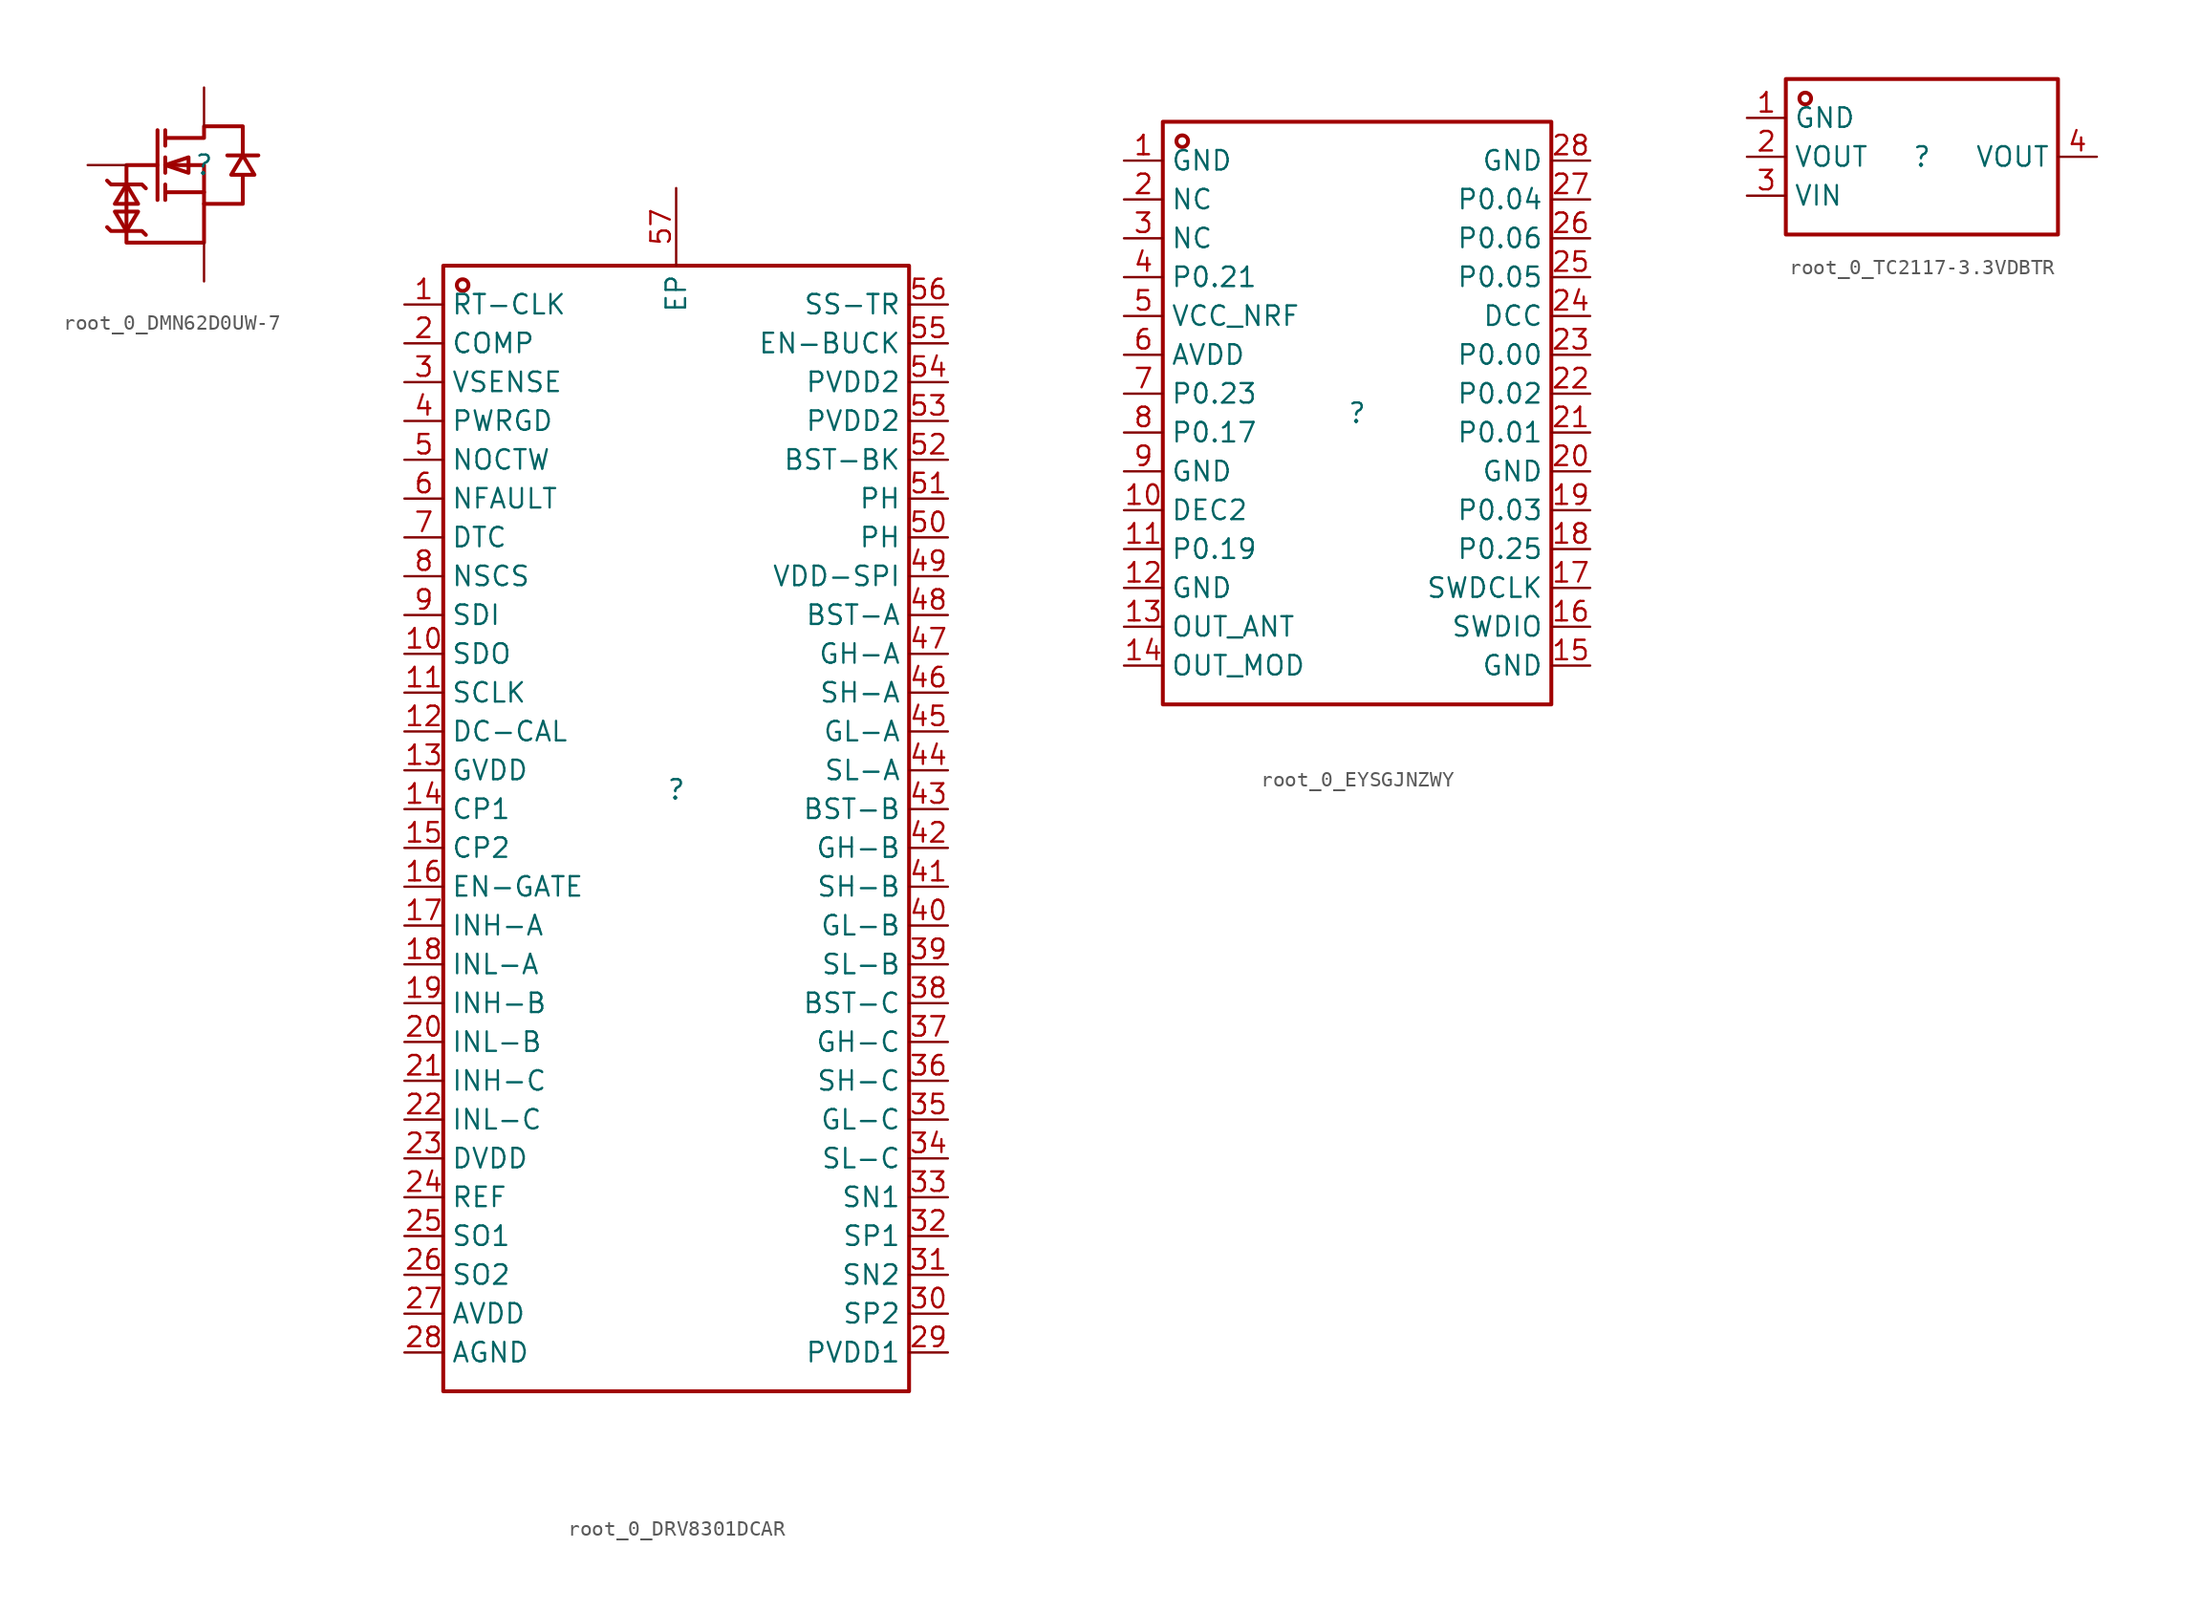
<source format=kicad_sym>
(kicad_symbol_lib
  (version 20231120)
  (generator "kicad_symbol_editor")
  (generator_version "8.0")
  (symbol "root_0_DMN62D0UW-7"
    (property "Reference" ""
      (at 0 0 0)
      (effects (font (size 1.27 1.27))))
    (property "Value" ""
      (at 0 0 0)
      (effects (font (size 1.27 1.27))))
    (symbol "root_0_DMN62D0UW-7_1_0"
      (polyline (pts (xy -3.048 2.286) (xy -3.048 -2.286)) (stroke (width 0.254) (type solid) (color 160 0 0 1)) (fill (type none)))
      (polyline (pts (xy -2.54 -2.286) (xy -2.54 -1.27)) (stroke (width 0.254) (type solid) (color 160 0 0 1)) (fill (type none)))
      (polyline (pts (xy -2.54 -0.508) (xy -2.54 0.508)) (stroke (width 0.254) (type solid) (color 160 0 0 1)) (fill (type none)))
      (polyline (pts (xy -2.54 2.286) (xy -2.54 1.27)) (stroke (width 0.254) (type solid) (color 160 0 0 1)) (fill (type none)))
      (polyline (pts (xy 0 -1.778) (xy -2.54 -1.778)) (stroke (width 0.254) (type solid) (color 160 0 0 1)) (fill (type none)))
      (polyline (pts (xy -5.08 -4.318) (xy -4.318 -3.048) (xy -4.318 -3.048) (xy -5.842 -3.048) (xy -5.842 -3.048) (xy -5.08 -4.318)) (stroke (width 0.254) (type solid) (color 160 0 0 1)) (fill (type none)))
      (polyline (pts (xy -5.08 -1.27) (xy -5.842 -2.54) (xy -5.842 -2.54) (xy -4.318 -2.54) (xy -4.318 -2.54) (xy -5.08 -1.27)) (stroke (width 0.254) (type solid) (color 160 0 0 1)) (fill (type none)))
      (polyline (pts (xy -2.54 0) (xy -1.016 -0.508) (xy -1.016 -0.508) (xy -1.016 0.508) (xy -1.016 0.508) (xy -2.54 0)) (stroke (width 0.254) (type solid) (color 160 0 0 1)) (fill (type none)))
      (polyline (pts (xy 2.54 0.635) (xy 1.778 -0.635) (xy 1.778 -0.635) (xy 3.302 -0.635) (xy 3.302 -0.635) (xy 2.54 0.635)) (stroke (width 0.254) (type solid) (color 160 0 0 1)) (fill (type none)))
      (polyline (pts (xy 3.556 0.635) (xy 3.048 0.635) (xy 3.048 0.635) (xy 2.032 0.635) (xy 2.032 0.635) (xy 1.524 0.635)) (stroke (width 0.254) (type solid) (color 160 0 0 1)) (fill (type none)))
      (polyline (pts (xy -3.048 0) (xy -5.08 0) (xy -5.08 0) (xy -5.08 -5.08) (xy -5.08 -5.08) (xy 0 -5.08) (xy 0 -5.08) (xy 0 -2.54)) (stroke (width 0.254) (type solid) (color 160 0 0 1)) (fill (type none)))
      (polyline (pts (xy -2.54 0) (xy 0 0) (xy 0 0) (xy 0 -2.54) (xy 0 -2.54) (xy 2.54 -2.54) (xy 2.54 -2.54) (xy 2.54 -0.762)) (stroke (width 0.254) (type solid) (color 160 0 0 1)) (fill (type none)))
      (polyline (pts (xy -2.54 1.778) (xy 0 1.778) (xy 0 1.778) (xy 0 2.54) (xy 0 2.54) (xy 2.54 2.54) (xy 2.54 2.54) (xy 2.54 0.762)) (stroke (width 0.254) (type solid) (color 160 0 0 1)) (fill (type none)))
      (polyline (pts (xy -6.35 -1.016) (xy -6.096 -1.27) (xy -6.096 -1.27) (xy -5.588 -1.27) (xy -5.588 -1.27) (xy -4.572 -1.27) (xy -4.572 -1.27) (xy -4.064 -1.27) (xy -4.064 -1.27) (xy -3.81 -1.524)) (stroke (width 0.254) (type solid) (color 160 0 0 1)) (fill (type none)))
      (polyline (pts (xy -3.81 -4.572) (xy -4.064 -4.318) (xy -4.064 -4.318) (xy -4.572 -4.318) (xy -4.572 -4.318) (xy -5.588 -4.318) (xy -5.588 -4.318) (xy -6.096 -4.318) (xy -6.096 -4.318) (xy -6.35 -4.064)) (stroke (width 0.254) (type solid) (color 160 0 0 1)) (fill (type none)))
      (pin passive line (at -7.62 0 0) (length 2.54) (name "G" (effects (font (size 0 0)))) (number "1" (effects (font (size 0 0)))))
      (pin passive line (at 0 -7.62 90) (length 2.54) (name "S" (effects (font (size 0 0)))) (number "2" (effects (font (size 0 0)))))
      (pin passive line (at 0 5.08 270) (length 2.54) (name "D" (effects (font (size 0 0)))) (number "3" (effects (font (size 0 0)))))))
  (symbol "root_0_DRV8301DCAR"
    (property "Reference" ""
      (at 0 0 0)
      (effects (font (size 1.27 1.27))))
    (property "Value" ""
      (at 0 0 0)
      (effects (font (size 1.27 1.27))))
    (symbol "root_0_DRV8301DCAR_1_0"
      (rectangle (start -15.24 34.29) (end 15.24 -39.37) (stroke (width 0.254) (type solid) (color 160 0 0 1)) (fill (type none)))
      (circle (center -13.97 33.02) (radius 0.381) (stroke (width 0.254) (type solid) (color 160 0 0 1)) (fill (type none)))
      (pin passive line (at -17.78 31.75 0) (length 2.54) (name "RT-CLK" (effects (font (size 1.27 1.27)))) (number "1" (effects (font (size 1.27 1.27)))))
      (pin passive line (at -17.78 8.89 0) (length 2.54) (name "SDO" (effects (font (size 1.27 1.27)))) (number "10" (effects (font (size 1.27 1.27)))))
      (pin passive line (at -17.78 6.35 0) (length 2.54) (name "SCLK" (effects (font (size 1.27 1.27)))) (number "11" (effects (font (size 1.27 1.27)))))
      (pin passive line (at -17.78 3.81 0) (length 2.54) (name "DC-CAL" (effects (font (size 1.27 1.27)))) (number "12" (effects (font (size 1.27 1.27)))))
      (pin passive line (at -17.78 1.27 0) (length 2.54) (name "GVDD" (effects (font (size 1.27 1.27)))) (number "13" (effects (font (size 1.27 1.27)))))
      (pin passive line (at -17.78 -1.27 0) (length 2.54) (name "CP1" (effects (font (size 1.27 1.27)))) (number "14" (effects (font (size 1.27 1.27)))))
      (pin passive line (at -17.78 -3.81 0) (length 2.54) (name "CP2" (effects (font (size 1.27 1.27)))) (number "15" (effects (font (size 1.27 1.27)))))
      (pin passive line (at -17.78 -6.35 0) (length 2.54) (name "EN-GATE" (effects (font (size 1.27 1.27)))) (number "16" (effects (font (size 1.27 1.27)))))
      (pin passive line (at -17.78 -8.89 0) (length 2.54) (name "INH-A" (effects (font (size 1.27 1.27)))) (number "17" (effects (font (size 1.27 1.27)))))
      (pin passive line (at -17.78 -11.43 0) (length 2.54) (name "INL-A" (effects (font (size 1.27 1.27)))) (number "18" (effects (font (size 1.27 1.27)))))
      (pin passive line (at -17.78 -13.97 0) (length 2.54) (name "INH-B" (effects (font (size 1.27 1.27)))) (number "19" (effects (font (size 1.27 1.27)))))
      (pin passive line (at -17.78 29.21 0) (length 2.54) (name "COMP" (effects (font (size 1.27 1.27)))) (number "2" (effects (font (size 1.27 1.27)))))
      (pin passive line (at -17.78 -16.51 0) (length 2.54) (name "INL-B" (effects (font (size 1.27 1.27)))) (number "20" (effects (font (size 1.27 1.27)))))
      (pin passive line (at -17.78 -19.05 0) (length 2.54) (name "INH-C" (effects (font (size 1.27 1.27)))) (number "21" (effects (font (size 1.27 1.27)))))
      (pin passive line (at -17.78 -21.59 0) (length 2.54) (name "INL-C" (effects (font (size 1.27 1.27)))) (number "22" (effects (font (size 1.27 1.27)))))
      (pin passive line (at -17.78 -24.13 0) (length 2.54) (name "DVDD" (effects (font (size 1.27 1.27)))) (number "23" (effects (font (size 1.27 1.27)))))
      (pin passive line (at -17.78 -26.67 0) (length 2.54) (name "REF" (effects (font (size 1.27 1.27)))) (number "24" (effects (font (size 1.27 1.27)))))
      (pin passive line (at -17.78 -29.21 0) (length 2.54) (name "SO1" (effects (font (size 1.27 1.27)))) (number "25" (effects (font (size 1.27 1.27)))))
      (pin passive line (at -17.78 -31.75 0) (length 2.54) (name "SO2" (effects (font (size 1.27 1.27)))) (number "26" (effects (font (size 1.27 1.27)))))
      (pin passive line (at -17.78 -34.29 0) (length 2.54) (name "AVDD" (effects (font (size 1.27 1.27)))) (number "27" (effects (font (size 1.27 1.27)))))
      (pin passive line (at -17.78 -36.83 0) (length 2.54) (name "AGND" (effects (font (size 1.27 1.27)))) (number "28" (effects (font (size 1.27 1.27)))))
      (pin passive line (at 17.78 -36.83 180) (length 2.54) (name "PVDD1" (effects (font (size 1.27 1.27)))) (number "29" (effects (font (size 1.27 1.27)))))
      (pin passive line (at -17.78 26.67 0) (length 2.54) (name "VSENSE" (effects (font (size 1.27 1.27)))) (number "3" (effects (font (size 1.27 1.27)))))
      (pin passive line (at 17.78 -34.29 180) (length 2.54) (name "SP2" (effects (font (size 1.27 1.27)))) (number "30" (effects (font (size 1.27 1.27)))))
      (pin passive line (at 17.78 -31.75 180) (length 2.54) (name "SN2" (effects (font (size 1.27 1.27)))) (number "31" (effects (font (size 1.27 1.27)))))
      (pin passive line (at 17.78 -29.21 180) (length 2.54) (name "SP1" (effects (font (size 1.27 1.27)))) (number "32" (effects (font (size 1.27 1.27)))))
      (pin passive line (at 17.78 -26.67 180) (length 2.54) (name "SN1" (effects (font (size 1.27 1.27)))) (number "33" (effects (font (size 1.27 1.27)))))
      (pin passive line (at 17.78 -24.13 180) (length 2.54) (name "SL-C" (effects (font (size 1.27 1.27)))) (number "34" (effects (font (size 1.27 1.27)))))
      (pin passive line (at 17.78 -21.59 180) (length 2.54) (name "GL-C" (effects (font (size 1.27 1.27)))) (number "35" (effects (font (size 1.27 1.27)))))
      (pin passive line (at 17.78 -19.05 180) (length 2.54) (name "SH-C" (effects (font (size 1.27 1.27)))) (number "36" (effects (font (size 1.27 1.27)))))
      (pin passive line (at 17.78 -16.51 180) (length 2.54) (name "GH-C" (effects (font (size 1.27 1.27)))) (number "37" (effects (font (size 1.27 1.27)))))
      (pin passive line (at 17.78 -13.97 180) (length 2.54) (name "BST-C" (effects (font (size 1.27 1.27)))) (number "38" (effects (font (size 1.27 1.27)))))
      (pin passive line (at 17.78 -11.43 180) (length 2.54) (name "SL-B" (effects (font (size 1.27 1.27)))) (number "39" (effects (font (size 1.27 1.27)))))
      (pin passive line (at -17.78 24.13 0) (length 2.54) (name "PWRGD" (effects (font (size 1.27 1.27)))) (number "4" (effects (font (size 1.27 1.27)))))
      (pin passive line (at 17.78 -8.89 180) (length 2.54) (name "GL-B" (effects (font (size 1.27 1.27)))) (number "40" (effects (font (size 1.27 1.27)))))
      (pin passive line (at 17.78 -6.35 180) (length 2.54) (name "SH-B" (effects (font (size 1.27 1.27)))) (number "41" (effects (font (size 1.27 1.27)))))
      (pin passive line (at 17.78 -3.81 180) (length 2.54) (name "GH-B" (effects (font (size 1.27 1.27)))) (number "42" (effects (font (size 1.27 1.27)))))
      (pin passive line (at 17.78 -1.27 180) (length 2.54) (name "BST-B" (effects (font (size 1.27 1.27)))) (number "43" (effects (font (size 1.27 1.27)))))
      (pin passive line (at 17.78 1.27 180) (length 2.54) (name "SL-A" (effects (font (size 1.27 1.27)))) (number "44" (effects (font (size 1.27 1.27)))))
      (pin passive line (at 17.78 3.81 180) (length 2.54) (name "GL-A" (effects (font (size 1.27 1.27)))) (number "45" (effects (font (size 1.27 1.27)))))
      (pin passive line (at 17.78 6.35 180) (length 2.54) (name "SH-A" (effects (font (size 1.27 1.27)))) (number "46" (effects (font (size 1.27 1.27)))))
      (pin passive line (at 17.78 8.89 180) (length 2.54) (name "GH-A" (effects (font (size 1.27 1.27)))) (number "47" (effects (font (size 1.27 1.27)))))
      (pin passive line (at 17.78 11.43 180) (length 2.54) (name "BST-A" (effects (font (size 1.27 1.27)))) (number "48" (effects (font (size 1.27 1.27)))))
      (pin passive line (at 17.78 13.97 180) (length 2.54) (name "VDD-SPI" (effects (font (size 1.27 1.27)))) (number "49" (effects (font (size 1.27 1.27)))))
      (pin passive line (at -17.78 21.59 0) (length 2.54) (name "NOCTW" (effects (font (size 1.27 1.27)))) (number "5" (effects (font (size 1.27 1.27)))))
      (pin passive line (at 17.78 16.51 180) (length 2.54) (name "PH" (effects (font (size 1.27 1.27)))) (number "50" (effects (font (size 1.27 1.27)))))
      (pin passive line (at 17.78 19.05 180) (length 2.54) (name "PH" (effects (font (size 1.27 1.27)))) (number "51" (effects (font (size 1.27 1.27)))))
      (pin passive line (at 17.78 21.59 180) (length 2.54) (name "BST-BK" (effects (font (size 1.27 1.27)))) (number "52" (effects (font (size 1.27 1.27)))))
      (pin passive line (at 17.78 24.13 180) (length 2.54) (name "PVDD2" (effects (font (size 1.27 1.27)))) (number "53" (effects (font (size 1.27 1.27)))))
      (pin passive line (at 17.78 26.67 180) (length 2.54) (name "PVDD2" (effects (font (size 1.27 1.27)))) (number "54" (effects (font (size 1.27 1.27)))))
      (pin passive line (at 17.78 29.21 180) (length 2.54) (name "EN-BUCK" (effects (font (size 1.27 1.27)))) (number "55" (effects (font (size 1.27 1.27)))))
      (pin passive line (at 17.78 31.75 180) (length 2.54) (name "SS-TR" (effects (font (size 1.27 1.27)))) (number "56" (effects (font (size 1.27 1.27)))))
      (pin passive line (at 0 39.37 270) (length 5.08) (name "EP" (effects (font (size 1.27 1.27)))) (number "57" (effects (font (size 1.27 1.27)))))
      (pin passive line (at -17.78 19.05 0) (length 2.54) (name "NFAULT" (effects (font (size 1.27 1.27)))) (number "6" (effects (font (size 1.27 1.27)))))
      (pin passive line (at -17.78 16.51 0) (length 2.54) (name "DTC" (effects (font (size 1.27 1.27)))) (number "7" (effects (font (size 1.27 1.27)))))
      (pin passive line (at -17.78 13.97 0) (length 2.54) (name "NSCS" (effects (font (size 1.27 1.27)))) (number "8" (effects (font (size 1.27 1.27)))))
      (pin passive line (at -17.78 11.43 0) (length 2.54) (name "SDI" (effects (font (size 1.27 1.27)))) (number "9" (effects (font (size 1.27 1.27)))))))
  (symbol "root_0_EYSGJNZWY"
    (property "Reference" ""
      (at 0 0 0)
      (effects (font (size 1.27 1.27))))
    (property "Value" ""
      (at 0 0 0)
      (effects (font (size 1.27 1.27))))
    (symbol "root_0_EYSGJNZWY_1_0"
      (rectangle (start -12.7 19.05) (end 12.7 -19.05) (stroke (width 0.254) (type solid) (color 160 0 0 1)) (fill (type none)))
      (circle (center -11.43 17.78) (radius 0.381) (stroke (width 0.254) (type solid) (color 160 0 0 1)) (fill (type none)))
      (pin passive line (at -15.24 16.51 0) (length 2.54) (name "GND" (effects (font (size 1.27 1.27)))) (number "1" (effects (font (size 1.27 1.27)))))
      (pin passive line (at -15.24 -6.35 0) (length 2.54) (name "DEC2" (effects (font (size 1.27 1.27)))) (number "10" (effects (font (size 1.27 1.27)))))
      (pin passive line (at -15.24 -8.89 0) (length 2.54) (name "P0.19" (effects (font (size 1.27 1.27)))) (number "11" (effects (font (size 1.27 1.27)))))
      (pin passive line (at -15.24 -11.43 0) (length 2.54) (name "GND" (effects (font (size 1.27 1.27)))) (number "12" (effects (font (size 1.27 1.27)))))
      (pin passive line (at -15.24 -13.97 0) (length 2.54) (name "OUT_ANT" (effects (font (size 1.27 1.27)))) (number "13" (effects (font (size 1.27 1.27)))))
      (pin passive line (at -15.24 -16.51 0) (length 2.54) (name "OUT_MOD" (effects (font (size 1.27 1.27)))) (number "14" (effects (font (size 1.27 1.27)))))
      (pin passive line (at 15.24 -16.51 180) (length 2.54) (name "GND" (effects (font (size 1.27 1.27)))) (number "15" (effects (font (size 1.27 1.27)))))
      (pin passive line (at 15.24 -13.97 180) (length 2.54) (name "SWDIO" (effects (font (size 1.27 1.27)))) (number "16" (effects (font (size 1.27 1.27)))))
      (pin passive line (at 15.24 -11.43 180) (length 2.54) (name "SWDCLK" (effects (font (size 1.27 1.27)))) (number "17" (effects (font (size 1.27 1.27)))))
      (pin passive line (at 15.24 -8.89 180) (length 2.54) (name "P0.25" (effects (font (size 1.27 1.27)))) (number "18" (effects (font (size 1.27 1.27)))))
      (pin passive line (at 15.24 -6.35 180) (length 2.54) (name "P0.03" (effects (font (size 1.27 1.27)))) (number "19" (effects (font (size 1.27 1.27)))))
      (pin passive line (at -15.24 13.97 0) (length 2.54) (name "NC" (effects (font (size 1.27 1.27)))) (number "2" (effects (font (size 1.27 1.27)))))
      (pin passive line (at 15.24 -3.81 180) (length 2.54) (name "GND" (effects (font (size 1.27 1.27)))) (number "20" (effects (font (size 1.27 1.27)))))
      (pin passive line (at 15.24 -1.27 180) (length 2.54) (name "P0.01" (effects (font (size 1.27 1.27)))) (number "21" (effects (font (size 1.27 1.27)))))
      (pin passive line (at 15.24 1.27 180) (length 2.54) (name "P0.02" (effects (font (size 1.27 1.27)))) (number "22" (effects (font (size 1.27 1.27)))))
      (pin passive line (at 15.24 3.81 180) (length 2.54) (name "P0.00" (effects (font (size 1.27 1.27)))) (number "23" (effects (font (size 1.27 1.27)))))
      (pin passive line (at 15.24 6.35 180) (length 2.54) (name "DCC" (effects (font (size 1.27 1.27)))) (number "24" (effects (font (size 1.27 1.27)))))
      (pin passive line (at 15.24 8.89 180) (length 2.54) (name "P0.05" (effects (font (size 1.27 1.27)))) (number "25" (effects (font (size 1.27 1.27)))))
      (pin passive line (at 15.24 11.43 180) (length 2.54) (name "P0.06" (effects (font (size 1.27 1.27)))) (number "26" (effects (font (size 1.27 1.27)))))
      (pin passive line (at 15.24 13.97 180) (length 2.54) (name "P0.04" (effects (font (size 1.27 1.27)))) (number "27" (effects (font (size 1.27 1.27)))))
      (pin passive line (at 15.24 16.51 180) (length 2.54) (name "GND" (effects (font (size 1.27 1.27)))) (number "28" (effects (font (size 1.27 1.27)))))
      (pin passive line (at -15.24 11.43 0) (length 2.54) (name "NC" (effects (font (size 1.27 1.27)))) (number "3" (effects (font (size 1.27 1.27)))))
      (pin passive line (at -15.24 8.89 0) (length 2.54) (name "P0.21" (effects (font (size 1.27 1.27)))) (number "4" (effects (font (size 1.27 1.27)))))
      (pin passive line (at -15.24 6.35 0) (length 2.54) (name "VCC_NRF" (effects (font (size 1.27 1.27)))) (number "5" (effects (font (size 1.27 1.27)))))
      (pin passive line (at -15.24 3.81 0) (length 2.54) (name "AVDD" (effects (font (size 1.27 1.27)))) (number "6" (effects (font (size 1.27 1.27)))))
      (pin passive line (at -15.24 1.27 0) (length 2.54) (name "P0.23" (effects (font (size 1.27 1.27)))) (number "7" (effects (font (size 1.27 1.27)))))
      (pin passive line (at -15.24 -1.27 0) (length 2.54) (name "P0.17" (effects (font (size 1.27 1.27)))) (number "8" (effects (font (size 1.27 1.27)))))
      (pin passive line (at -15.24 -3.81 0) (length 2.54) (name "GND" (effects (font (size 1.27 1.27)))) (number "9" (effects (font (size 1.27 1.27)))))))
  (symbol "root_0_TC2117-3.3VDBTR"
    (property "Reference" ""
      (at 0 0 0)
      (effects (font (size 1.27 1.27))))
    (property "Value" ""
      (at 0 0 0)
      (effects (font (size 1.27 1.27))))
    (symbol "root_0_TC2117-3.3VDBTR_1_0"
      (rectangle (start -8.89 5.08) (end 8.89 -5.08) (stroke (width 0.254) (type solid) (color 160 0 0 1)) (fill (type none)))
      (circle (center -7.62 3.81) (radius 0.381) (stroke (width 0.254) (type solid) (color 160 0 0 1)) (fill (type none)))
      (pin passive line (at -11.43 2.54 0) (length 2.54) (name "GND" (effects (font (size 1.27 1.27)))) (number "1" (effects (font (size 1.27 1.27)))))
      (pin passive line (at -11.43 0 0) (length 2.54) (name "VOUT" (effects (font (size 1.27 1.27)))) (number "2" (effects (font (size 1.27 1.27)))))
      (pin passive line (at -11.43 -2.54 0) (length 2.54) (name "VIN" (effects (font (size 1.27 1.27)))) (number "3" (effects (font (size 1.27 1.27)))))
      (pin passive line (at 11.43 0 180) (length 2.54) (name "VOUT" (effects (font (size 1.27 1.27)))) (number "4" (effects (font (size 1.27 1.27))))))))
</source>
